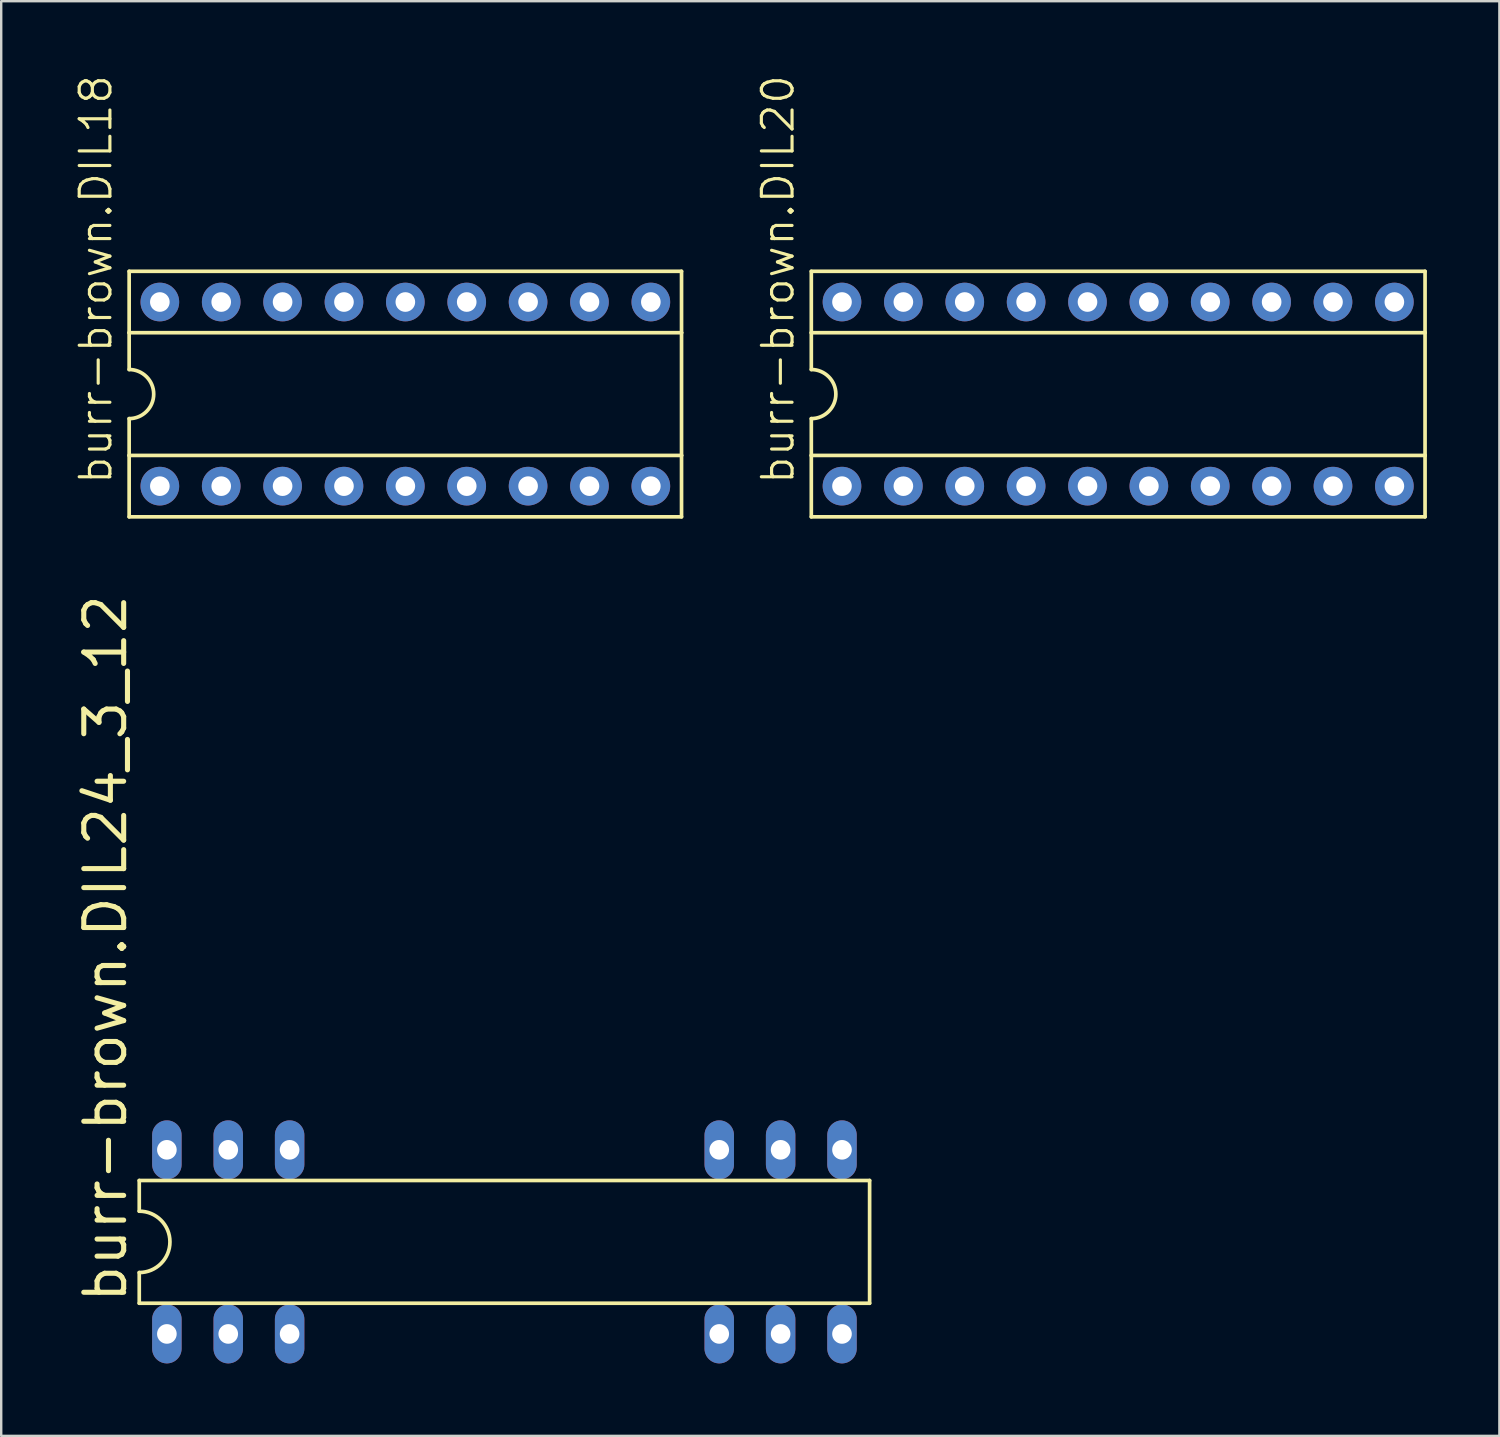
<source format=kicad_pcb>
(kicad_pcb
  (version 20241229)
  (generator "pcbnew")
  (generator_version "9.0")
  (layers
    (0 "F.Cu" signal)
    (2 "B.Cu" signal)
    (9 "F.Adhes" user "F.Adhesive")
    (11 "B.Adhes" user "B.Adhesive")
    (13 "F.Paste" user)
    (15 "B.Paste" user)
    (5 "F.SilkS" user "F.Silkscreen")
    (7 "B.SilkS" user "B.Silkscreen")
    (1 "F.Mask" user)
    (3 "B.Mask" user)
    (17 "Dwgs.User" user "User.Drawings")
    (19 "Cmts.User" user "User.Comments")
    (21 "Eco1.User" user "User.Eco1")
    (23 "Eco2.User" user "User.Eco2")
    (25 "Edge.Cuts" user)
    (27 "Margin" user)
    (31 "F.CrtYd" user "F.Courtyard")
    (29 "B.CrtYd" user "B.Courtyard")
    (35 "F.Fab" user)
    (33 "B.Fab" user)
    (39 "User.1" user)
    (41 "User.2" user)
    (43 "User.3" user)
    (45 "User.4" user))
  (footprint "burr-brown.DIL20"
    (layer "F.Cu")
    (at 43.226 13.259)
    (property "Reference" "burr-brown.DIL20" (at -13.335 3.81 90) (layer "F.SilkS") (effects (font (size 1.27 1.27) (thickness 0.13)) (justify left bottom)))
    (attr through_hole)
    (fp_line (start -12.7 -5.08) (end -12.7 -2.54) (stroke (width 0.152) (type default)) (layer "F.SilkS"))
    (fp_line (start -12.7 -2.54) (end -12.7 -1.016) (stroke (width 0.152) (type default)) (layer "F.SilkS"))
    (fp_line (start -12.7 -2.54) (end 12.7 -2.54) (stroke (width 0.152) (type default)) (layer "F.SilkS"))
    (fp_line (start -12.7 2.54) (end -12.7 1.016) (stroke (width 0.152) (type default)) (layer "F.SilkS"))
    (fp_line (start -12.7 2.54) (end 12.7 2.54) (stroke (width 0.152) (type default)) (layer "F.SilkS"))
    (fp_line (start -12.7 5.08) (end -12.7 2.54) (stroke (width 0.152) (type default)) (layer "F.SilkS"))
    (fp_line (start -12.7 5.08) (end 12.7 5.08) (stroke (width 0.152) (type default)) (layer "F.SilkS"))
    (fp_line (start 12.7 -5.08) (end -12.7 -5.08) (stroke (width 0.152) (type default)) (layer "F.SilkS"))
    (fp_line (start 12.7 -5.08) (end 12.7 -2.54) (stroke (width 0.152) (type default)) (layer "F.SilkS"))
    (fp_line (start 12.7 -2.54) (end 12.7 2.54) (stroke (width 0.152) (type default)) (layer "F.SilkS"))
    (fp_line (start 12.7 2.54) (end 12.7 5.08) (stroke (width 0.152) (type default)) (layer "F.SilkS"))
    (fp_arc (start -12.7 -1.016) (mid -11.684 0) (end -12.7 1.016) (stroke (width 0.1524) (type default)) (layer "F.SilkS"))
    (pad "1" thru_hole circle (at -11.43 3.81) (size 1.6 1.6) (drill 0.813) (layers "*.Cu" "*.Mask"))
    (pad "2" thru_hole circle (at -8.89 3.81) (size 1.6 1.6) (drill 0.813) (layers "*.Cu" "*.Mask"))
    (pad "3" thru_hole circle (at -6.35 3.81) (size 1.6 1.6) (drill 0.813) (layers "*.Cu" "*.Mask"))
    (pad "4" thru_hole circle (at -3.81 3.81) (size 1.6 1.6) (drill 0.813) (layers "*.Cu" "*.Mask"))
    (pad "5" thru_hole circle (at -1.27 3.81) (size 1.6 1.6) (drill 0.813) (layers "*.Cu" "*.Mask"))
    (pad "6" thru_hole circle (at 1.27 3.81) (size 1.6 1.6) (drill 0.813) (layers "*.Cu" "*.Mask"))
    (pad "7" thru_hole circle (at 3.81 3.81) (size 1.6 1.6) (drill 0.813) (layers "*.Cu" "*.Mask"))
    (pad "8" thru_hole circle (at 6.35 3.81) (size 1.6 1.6) (drill 0.813) (layers "*.Cu" "*.Mask"))
    (pad "9" thru_hole circle (at 8.89 3.81) (size 1.6 1.6) (drill 0.813) (layers "*.Cu" "*.Mask"))
    (pad "10" thru_hole circle (at 11.43 3.81) (size 1.6 1.6) (drill 0.813) (layers "*.Cu" "*.Mask"))
    (pad "11" thru_hole circle (at 11.43 -3.81) (size 1.6 1.6) (drill 0.813) (layers "*.Cu" "*.Mask"))
    (pad "12" thru_hole circle (at 8.89 -3.81) (size 1.6 1.6) (drill 0.813) (layers "*.Cu" "*.Mask"))
    (pad "13" thru_hole circle (at 6.35 -3.81) (size 1.6 1.6) (drill 0.813) (layers "*.Cu" "*.Mask"))
    (pad "14" thru_hole circle (at 3.81 -3.81) (size 1.6 1.6) (drill 0.813) (layers "*.Cu" "*.Mask"))
    (pad "15" thru_hole circle (at 1.27 -3.81) (size 1.6 1.6) (drill 0.813) (layers "*.Cu" "*.Mask"))
    (pad "16" thru_hole circle (at -1.27 -3.81) (size 1.6 1.6) (drill 0.813) (layers "*.Cu" "*.Mask"))
    (pad "17" thru_hole circle (at -3.81 -3.81) (size 1.6 1.6) (drill 0.813) (layers "*.Cu" "*.Mask"))
    (pad "18" thru_hole circle (at -6.35 -3.81) (size 1.6 1.6) (drill 0.813) (layers "*.Cu" "*.Mask"))
    (pad "19" thru_hole circle (at -8.89 -3.81) (size 1.6 1.6) (drill 0.813) (layers "*.Cu" "*.Mask"))
    (pad "20" thru_hole circle (at -11.43 -3.81) (size 1.6 1.6) (drill 0.813) (layers "*.Cu" "*.Mask")))
  (footprint "burr-brown.DIL18"
    (layer "F.Cu")
    (at 13.725 13.259)
    (property "Reference" "burr-brown.DIL18" (at -12.065 3.81 90) (layer "F.SilkS") (effects (font (size 1.27 1.27) (thickness 0.13)) (justify left bottom)))
    (attr through_hole)
    (fp_line (start -11.43 -5.08) (end -11.43 -2.54) (stroke (width 0.152) (type default)) (layer "F.SilkS"))
    (fp_line (start -11.43 -2.54) (end -11.43 -1.016) (stroke (width 0.152) (type default)) (layer "F.SilkS"))
    (fp_line (start -11.43 -2.54) (end 11.43 -2.54) (stroke (width 0.152) (type default)) (layer "F.SilkS"))
    (fp_line (start -11.43 2.54) (end -11.43 1.016) (stroke (width 0.152) (type default)) (layer "F.SilkS"))
    (fp_line (start -11.43 2.54) (end 11.43 2.54) (stroke (width 0.152) (type default)) (layer "F.SilkS"))
    (fp_line (start -11.43 5.08) (end -11.43 2.54) (stroke (width 0.152) (type default)) (layer "F.SilkS"))
    (fp_line (start -11.43 5.08) (end 11.43 5.08) (stroke (width 0.152) (type default)) (layer "F.SilkS"))
    (fp_line (start 11.43 -5.08) (end -11.43 -5.08) (stroke (width 0.152) (type default)) (layer "F.SilkS"))
    (fp_line (start 11.43 -5.08) (end 11.43 -2.54) (stroke (width 0.152) (type default)) (layer "F.SilkS"))
    (fp_line (start 11.43 -2.54) (end 11.43 2.54) (stroke (width 0.152) (type default)) (layer "F.SilkS"))
    (fp_line (start 11.43 2.54) (end 11.43 5.08) (stroke (width 0.152) (type default)) (layer "F.SilkS"))
    (fp_arc (start -11.43 -1.016) (mid -10.414 0) (end -11.43 1.016) (stroke (width 0.1524) (type default)) (layer "F.SilkS"))
    (pad "1" thru_hole circle (at -10.16 3.81) (size 1.6 1.6) (drill 0.813) (layers "*.Cu" "*.Mask"))
    (pad "2" thru_hole circle (at -7.62 3.81) (size 1.6 1.6) (drill 0.813) (layers "*.Cu" "*.Mask"))
    (pad "3" thru_hole circle (at -5.08 3.81) (size 1.6 1.6) (drill 0.813) (layers "*.Cu" "*.Mask"))
    (pad "4" thru_hole circle (at -2.54 3.81) (size 1.6 1.6) (drill 0.813) (layers "*.Cu" "*.Mask"))
    (pad "5" thru_hole circle (at 0 3.81) (size 1.6 1.6) (drill 0.813) (layers "*.Cu" "*.Mask"))
    (pad "6" thru_hole circle (at 2.54 3.81) (size 1.6 1.6) (drill 0.813) (layers "*.Cu" "*.Mask"))
    (pad "7" thru_hole circle (at 5.08 3.81) (size 1.6 1.6) (drill 0.813) (layers "*.Cu" "*.Mask"))
    (pad "8" thru_hole circle (at 7.62 3.81) (size 1.6 1.6) (drill 0.813) (layers "*.Cu" "*.Mask"))
    (pad "9" thru_hole circle (at 10.16 3.81) (size 1.6 1.6) (drill 0.813) (layers "*.Cu" "*.Mask"))
    (pad "10" thru_hole circle (at 10.16 -3.81) (size 1.6 1.6) (drill 0.813) (layers "*.Cu" "*.Mask"))
    (pad "11" thru_hole circle (at 7.62 -3.81) (size 1.6 1.6) (drill 0.813) (layers "*.Cu" "*.Mask"))
    (pad "12" thru_hole circle (at 5.08 -3.81) (size 1.6 1.6) (drill 0.813) (layers "*.Cu" "*.Mask"))
    (pad "13" thru_hole circle (at 2.54 -3.81) (size 1.6 1.6) (drill 0.813) (layers "*.Cu" "*.Mask"))
    (pad "14" thru_hole circle (at 0 -3.81) (size 1.6 1.6) (drill 0.813) (layers "*.Cu" "*.Mask"))
    (pad "15" thru_hole circle (at -2.54 -3.81) (size 1.6 1.6) (drill 0.813) (layers "*.Cu" "*.Mask"))
    (pad "16" thru_hole circle (at -5.08 -3.81) (size 1.6 1.6) (drill 0.813) (layers "*.Cu" "*.Mask"))
    (pad "17" thru_hole circle (at -7.62 -3.81) (size 1.6 1.6) (drill 0.813) (layers "*.Cu" "*.Mask"))
    (pad "18" thru_hole circle (at -10.16 -3.81) (size 1.6 1.6) (drill 0.813) (layers "*.Cu" "*.Mask")))
  (footprint "burr-brown.DIL24_3_12"
    (layer "F.Cu")
    (at 17.826 48.345)
    (property "Reference" "burr-brown.DIL24_3_12" (at -15.545 2.616 90) (layer "F.SilkS") (effects (font (size 1.651 1.651) (thickness 0.21)) (justify left bottom)))
    (attr through_hole)
    (fp_line (start -15.113 -2.54) (end -15.113 -1.27) (stroke (width 0.152) (type default)) (layer "F.SilkS"))
    (fp_line (start -15.113 1.27) (end -15.113 2.54) (stroke (width 0.152) (type default)) (layer "F.SilkS"))
    (fp_line (start -15.113 2.54) (end 15.113 2.54) (stroke (width 0.152) (type default)) (layer "F.SilkS"))
    (fp_line (start 15.113 -2.54) (end -15.113 -2.54) (stroke (width 0.152) (type default)) (layer "F.SilkS"))
    (fp_line (start 15.113 2.54) (end 15.113 -2.54) (stroke (width 0.152) (type default)) (layer "F.SilkS"))
    (fp_arc (start -15.113 -1.27) (mid -13.843 0) (end -15.113 1.27) (stroke (width 0.1524) (type default)) (layer "F.SilkS"))
    (pad "1" thru_hole oval (at -13.97 3.81 90) (size 2.438 1.219) (drill 0.813) (layers "*.Cu" "*.Mask"))
    (pad "2" thru_hole oval (at -11.43 3.81 90) (size 2.438 1.219) (drill 0.813) (layers "*.Cu" "*.Mask"))
    (pad "3" thru_hole oval (at -8.89 3.81 90) (size 2.438 1.219) (drill 0.813) (layers "*.Cu" "*.Mask"))
    (pad "10" thru_hole oval (at 8.89 3.81 90) (size 2.438 1.219) (drill 0.813) (layers "*.Cu" "*.Mask"))
    (pad "11" thru_hole oval (at 11.43 3.81 90) (size 2.438 1.219) (drill 0.813) (layers "*.Cu" "*.Mask"))
    (pad "12" thru_hole oval (at 13.97 3.81 90) (size 2.438 1.219) (drill 0.813) (layers "*.Cu" "*.Mask"))
    (pad "13" thru_hole oval (at 13.97 -3.81 90) (size 2.438 1.219) (drill 0.813) (layers "*.Cu" "*.Mask"))
    (pad "14" thru_hole oval (at 11.43 -3.81 90) (size 2.438 1.219) (drill 0.813) (layers "*.Cu" "*.Mask"))
    (pad "15" thru_hole oval (at 8.89 -3.81 90) (size 2.438 1.219) (drill 0.813) (layers "*.Cu" "*.Mask"))
    (pad "22" thru_hole oval (at -8.89 -3.81 90) (size 2.438 1.219) (drill 0.813) (layers "*.Cu" "*.Mask"))
    (pad "23" thru_hole oval (at -11.43 -3.81 90) (size 2.438 1.219) (drill 0.813) (layers "*.Cu" "*.Mask"))
    (pad "24" thru_hole oval (at -13.97 -3.81 90) (size 2.438 1.219) (drill 0.813) (layers "*.Cu" "*.Mask")))
  (gr_rect
    (start -3 -3)
    (end 59.002 56.375)
    (stroke (width 0.1) (type default))
    (fill no)
    (layer "Edge.Cuts")))
</source>
